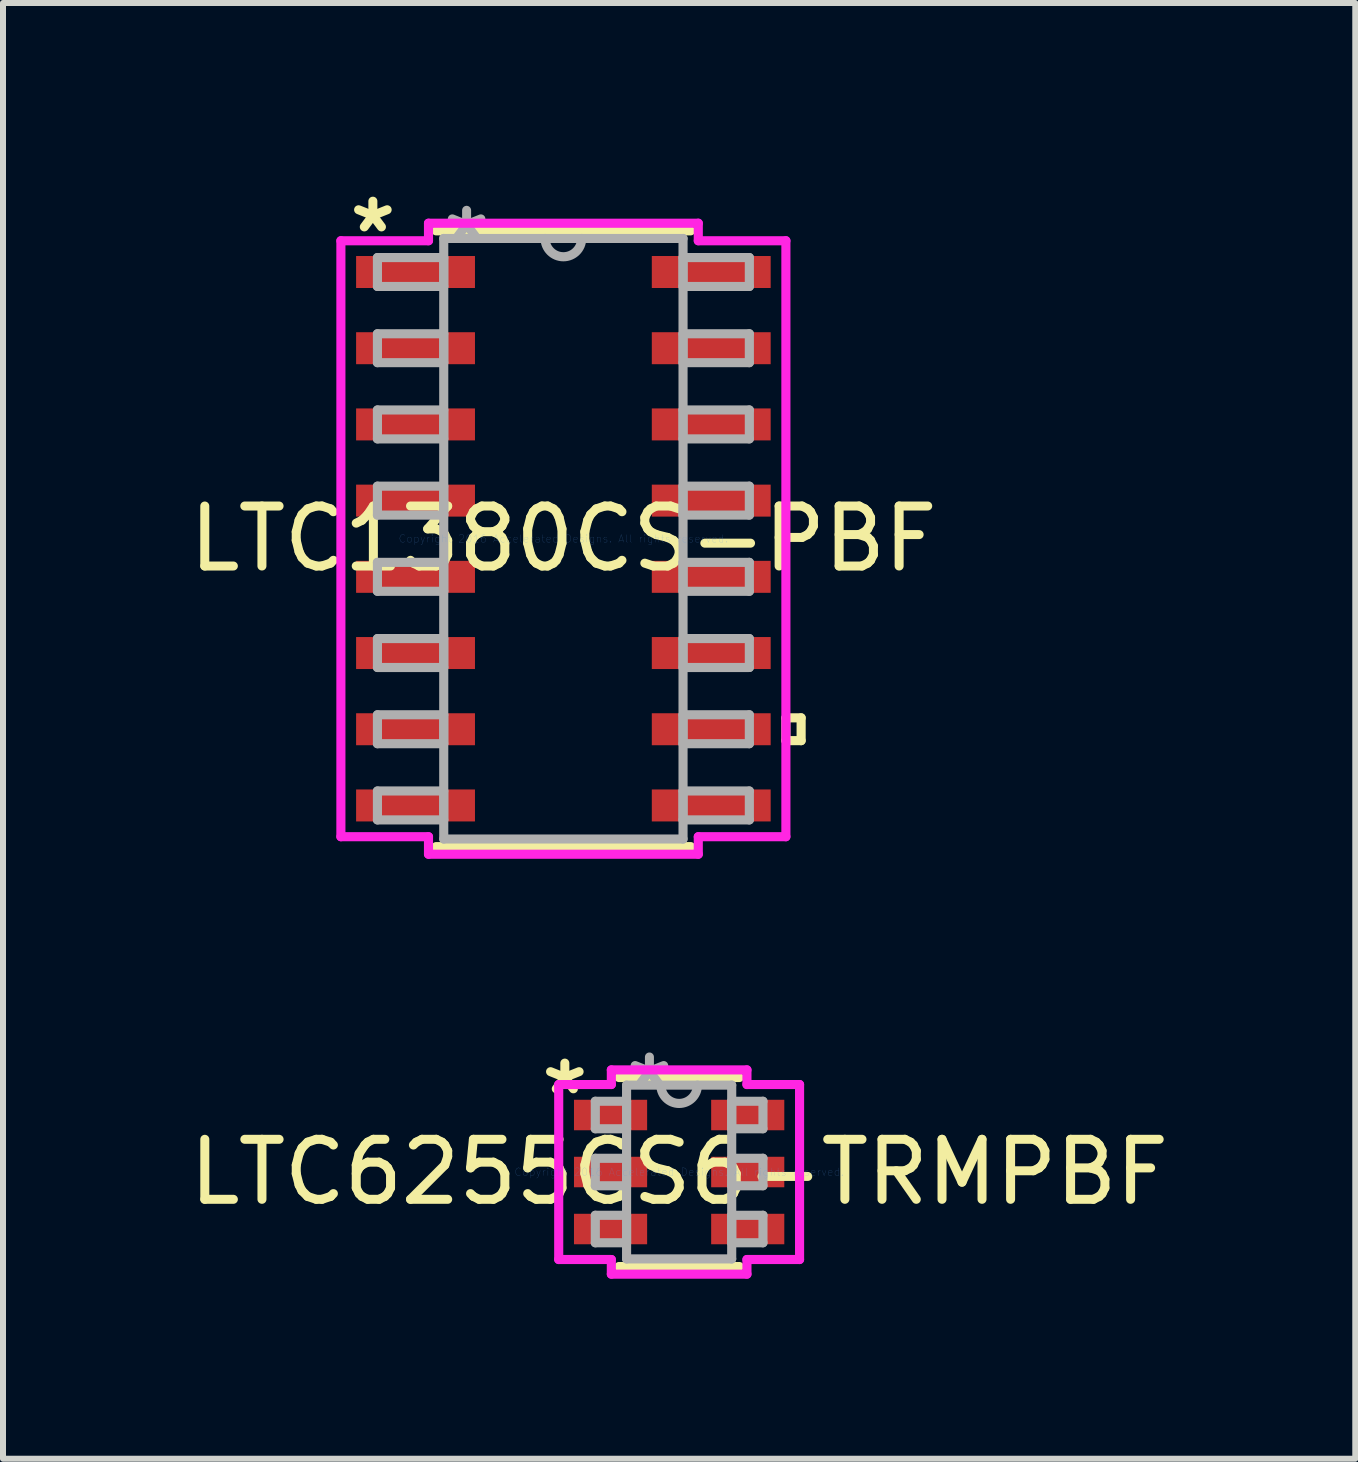
<source format=kicad_pcb>
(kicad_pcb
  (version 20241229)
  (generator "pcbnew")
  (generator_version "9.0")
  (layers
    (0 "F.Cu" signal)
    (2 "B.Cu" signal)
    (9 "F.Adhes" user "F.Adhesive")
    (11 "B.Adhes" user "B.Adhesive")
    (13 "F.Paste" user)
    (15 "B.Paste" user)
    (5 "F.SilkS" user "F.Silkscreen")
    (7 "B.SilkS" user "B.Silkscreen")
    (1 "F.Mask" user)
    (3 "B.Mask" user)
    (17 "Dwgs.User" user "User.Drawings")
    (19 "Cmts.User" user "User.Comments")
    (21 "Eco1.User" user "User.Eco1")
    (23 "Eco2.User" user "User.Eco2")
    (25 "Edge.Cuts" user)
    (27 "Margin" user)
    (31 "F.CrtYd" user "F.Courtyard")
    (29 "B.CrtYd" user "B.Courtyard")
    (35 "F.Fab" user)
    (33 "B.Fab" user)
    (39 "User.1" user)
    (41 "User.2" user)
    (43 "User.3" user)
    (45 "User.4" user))
  (footprint "LTC6255CS6-TRMPBF"
    (layer "F.Cu")
    (at 8.268 16.482)
    (property "Reference" "LTC6255CS6-TRMPBF" (at 0 0 0) (layer "F.SilkS") (effects (font (size 1 1) (thickness 0.15))))
    (attr through_hole)
    (fp_line (start -1.003 1.575) (end 1.003 1.575) (stroke (width 0.152) (type solid)) (layer "F.SilkS"))
    (fp_line (start 1.003 -1.575) (end -1.003 -1.575) (stroke (width 0.152) (type solid)) (layer "F.SilkS"))
    (fp_line (start -2.007 -1.458) (end -1.13 -1.458) (stroke (width 0.152) (type solid)) (layer "F.CrtYd"))
    (fp_line (start -2.007 1.458) (end -2.007 -1.458) (stroke (width 0.152) (type solid)) (layer "F.CrtYd"))
    (fp_line (start -1.13 -1.702) (end 1.13 -1.702) (stroke (width 0.152) (type solid)) (layer "F.CrtYd"))
    (fp_line (start -1.13 -1.458) (end -1.13 -1.702) (stroke (width 0.152) (type solid)) (layer "F.CrtYd"))
    (fp_line (start -1.13 1.458) (end -2.007 1.458) (stroke (width 0.152) (type solid)) (layer "F.CrtYd"))
    (fp_line (start -1.13 1.702) (end -1.13 1.458) (stroke (width 0.152) (type solid)) (layer "F.CrtYd"))
    (fp_line (start 1.13 -1.702) (end 1.13 -1.458) (stroke (width 0.152) (type solid)) (layer "F.CrtYd"))
    (fp_line (start 1.13 -1.458) (end 2.007 -1.458) (stroke (width 0.152) (type solid)) (layer "F.CrtYd"))
    (fp_line (start 1.13 1.458) (end 1.13 1.702) (stroke (width 0.152) (type solid)) (layer "F.CrtYd"))
    (fp_line (start 1.13 1.702) (end -1.13 1.702) (stroke (width 0.152) (type solid)) (layer "F.CrtYd"))
    (fp_line (start 2.007 -1.458) (end 2.007 1.458) (stroke (width 0.152) (type solid)) (layer "F.CrtYd"))
    (fp_line (start 2.007 1.458) (end 1.13 1.458) (stroke (width 0.152) (type solid)) (layer "F.CrtYd"))
    (fp_line (start -1.397 -1.179) (end -1.397 -0.721) (stroke (width 0.152) (type solid)) (layer "F.Fab"))
    (fp_line (start -1.397 -0.721) (end -0.876 -0.721) (stroke (width 0.152) (type solid)) (layer "F.Fab"))
    (fp_line (start -1.397 -0.229) (end -1.397 0.229) (stroke (width 0.152) (type solid)) (layer "F.Fab"))
    (fp_line (start -1.397 0.229) (end -0.876 0.229) (stroke (width 0.152) (type solid)) (layer "F.Fab"))
    (fp_line (start -1.397 0.721) (end -1.397 1.179) (stroke (width 0.152) (type solid)) (layer "F.Fab"))
    (fp_line (start -1.397 1.179) (end -0.876 1.179) (stroke (width 0.152) (type solid)) (layer "F.Fab"))
    (fp_line (start -0.876 -1.448) (end -0.876 1.448) (stroke (width 0.152) (type solid)) (layer "F.Fab"))
    (fp_line (start -0.876 -1.179) (end -1.397 -1.179) (stroke (width 0.152) (type solid)) (layer "F.Fab"))
    (fp_line (start -0.876 -0.721) (end -0.876 -1.179) (stroke (width 0.152) (type solid)) (layer "F.Fab"))
    (fp_line (start -0.876 -0.229) (end -1.397 -0.229) (stroke (width 0.152) (type solid)) (layer "F.Fab"))
    (fp_line (start -0.876 0.229) (end -0.876 -0.229) (stroke (width 0.152) (type solid)) (layer "F.Fab"))
    (fp_line (start -0.876 0.721) (end -1.397 0.721) (stroke (width 0.152) (type solid)) (layer "F.Fab"))
    (fp_line (start -0.876 1.179) (end -0.876 0.721) (stroke (width 0.152) (type solid)) (layer "F.Fab"))
    (fp_line (start -0.876 1.448) (end 0.876 1.448) (stroke (width 0.152) (type solid)) (layer "F.Fab"))
    (fp_line (start 0.876 -1.448) (end -0.876 -1.448) (stroke (width 0.152) (type solid)) (layer "F.Fab"))
    (fp_line (start 0.876 -1.179) (end 0.876 -0.721) (stroke (width 0.152) (type solid)) (layer "F.Fab"))
    (fp_line (start 0.876 -0.721) (end 1.397 -0.721) (stroke (width 0.152) (type solid)) (layer "F.Fab"))
    (fp_line (start 0.876 -0.229) (end 0.876 0.229) (stroke (width 0.152) (type solid)) (layer "F.Fab"))
    (fp_line (start 0.876 0.229) (end 1.397 0.229) (stroke (width 0.152) (type solid)) (layer "F.Fab"))
    (fp_line (start 0.876 0.721) (end 0.876 1.179) (stroke (width 0.152) (type solid)) (layer "F.Fab"))
    (fp_line (start 0.876 1.179) (end 1.397 1.179) (stroke (width 0.152) (type solid)) (layer "F.Fab"))
    (fp_line (start 0.876 1.448) (end 0.876 -1.448) (stroke (width 0.152) (type solid)) (layer "F.Fab"))
    (fp_line (start 1.397 -1.179) (end 0.876 -1.179) (stroke (width 0.152) (type solid)) (layer "F.Fab"))
    (fp_line (start 1.397 -0.721) (end 1.397 -1.179) (stroke (width 0.152) (type solid)) (layer "F.Fab"))
    (fp_line (start 1.397 -0.229) (end 0.876 -0.229) (stroke (width 0.152) (type solid)) (layer "F.Fab"))
    (fp_line (start 1.397 0.229) (end 1.397 -0.229) (stroke (width 0.152) (type solid)) (layer "F.Fab"))
    (fp_line (start 1.397 0.721) (end 0.876 0.721) (stroke (width 0.152) (type solid)) (layer "F.Fab"))
    (fp_line (start 1.397 1.179) (end 1.397 0.721) (stroke (width 0.152) (type solid)) (layer "F.Fab"))
    (fp_arc (start 0.3048 -1.4478) (mid 0 -1.143) (end -0.3048 -1.4478) (stroke (width 0.1524) (type solid)) (layer "F.Fab"))
    (fp_text user "*" (at -1.905 -1.27 0) (layer "F.SilkS") (effects (font (size 1 1) (thickness 0.15))))
    (fp_text user "Copyright 2016 Accelerated Designs. All rights reserved." (at 0 0 0) (layer "Cmts.User") (effects (font (size 0.127 0.127) (thickness 0.002))))
    (fp_text user "*" (at -0.495 -1.372 0) (layer "F.Fab") (effects (font (size 1 1) (thickness 0.15))))
    (pad "1" smd rect (at -1.143 -0.95) (size 1.219 0.508) (layers "F.Cu" "F.Mask" "F.Paste"))
    (pad "2" smd rect (at -1.143 0) (size 1.219 0.508) (layers "F.Cu" "F.Mask" "F.Paste"))
    (pad "3" smd rect (at -1.143 0.95) (size 1.219 0.508) (layers "F.Cu" "F.Mask" "F.Paste"))
    (pad "4" smd rect (at 1.143 0.95) (size 1.219 0.508) (layers "F.Cu" "F.Mask" "F.Paste"))
    (pad "5" smd rect (at 1.143 0) (size 1.219 0.508) (layers "F.Cu" "F.Mask" "F.Paste"))
    (pad "6" smd rect (at 1.143 -0.95) (size 1.219 0.508) (layers "F.Cu" "F.Mask" "F.Paste")))
  (footprint "LTC1380CS-PBF"
    (layer "F.Cu")
    (at 6.339 5.928)
    (property "Reference" "LTC1380CS-PBF" (at 0 0 0) (layer "F.SilkS") (effects (font (size 1 1) (thickness 0.15))))
    (attr through_hole)
    (fp_line (start -2.121 5.131) (end 2.121 5.131) (stroke (width 0.152) (type solid)) (layer "F.SilkS"))
    (fp_line (start 2.121 -5.131) (end -2.121 -5.131) (stroke (width 0.152) (type solid)) (layer "F.SilkS"))
    (fp_line (start 3.708 2.985) (end 3.962 2.985) (stroke (width 0.152) (type solid)) (layer "F.SilkS"))
    (fp_line (start 3.708 3.365) (end 3.708 2.985) (stroke (width 0.152) (type solid)) (layer "F.SilkS"))
    (fp_line (start 3.962 2.985) (end 3.962 3.365) (stroke (width 0.152) (type solid)) (layer "F.SilkS"))
    (fp_line (start 3.962 3.365) (end 3.708 3.365) (stroke (width 0.152) (type solid)) (layer "F.SilkS"))
    (fp_line (start -3.708 -4.966) (end -2.248 -4.966) (stroke (width 0.152) (type solid)) (layer "F.CrtYd"))
    (fp_line (start -3.708 4.966) (end -3.708 -4.966) (stroke (width 0.152) (type solid)) (layer "F.CrtYd"))
    (fp_line (start -2.248 -5.258) (end 2.248 -5.258) (stroke (width 0.152) (type solid)) (layer "F.CrtYd"))
    (fp_line (start -2.248 -4.966) (end -2.248 -5.258) (stroke (width 0.152) (type solid)) (layer "F.CrtYd"))
    (fp_line (start -2.248 4.966) (end -3.708 4.966) (stroke (width 0.152) (type solid)) (layer "F.CrtYd"))
    (fp_line (start -2.248 5.258) (end -2.248 4.966) (stroke (width 0.152) (type solid)) (layer "F.CrtYd"))
    (fp_line (start 2.248 -5.258) (end 2.248 -4.966) (stroke (width 0.152) (type solid)) (layer "F.CrtYd"))
    (fp_line (start 2.248 -4.966) (end 3.708 -4.966) (stroke (width 0.152) (type solid)) (layer "F.CrtYd"))
    (fp_line (start 2.248 4.966) (end 2.248 5.258) (stroke (width 0.152) (type solid)) (layer "F.CrtYd"))
    (fp_line (start 2.248 5.258) (end -2.248 5.258) (stroke (width 0.152) (type solid)) (layer "F.CrtYd"))
    (fp_line (start 3.708 -4.966) (end 3.708 4.966) (stroke (width 0.152) (type solid)) (layer "F.CrtYd"))
    (fp_line (start 3.708 4.966) (end 2.248 4.966) (stroke (width 0.152) (type solid)) (layer "F.CrtYd"))
    (fp_line (start -3.099 -4.686) (end -3.099 -4.204) (stroke (width 0.152) (type solid)) (layer "F.Fab"))
    (fp_line (start -3.099 -4.204) (end -1.994 -4.204) (stroke (width 0.152) (type solid)) (layer "F.Fab"))
    (fp_line (start -3.099 -3.416) (end -3.099 -2.934) (stroke (width 0.152) (type solid)) (layer "F.Fab"))
    (fp_line (start -3.099 -2.934) (end -1.994 -2.934) (stroke (width 0.152) (type solid)) (layer "F.Fab"))
    (fp_line (start -3.099 -2.146) (end -3.099 -1.664) (stroke (width 0.152) (type solid)) (layer "F.Fab"))
    (fp_line (start -3.099 -1.664) (end -1.994 -1.664) (stroke (width 0.152) (type solid)) (layer "F.Fab"))
    (fp_line (start -3.099 -0.876) (end -3.099 -0.394) (stroke (width 0.152) (type solid)) (layer "F.Fab"))
    (fp_line (start -3.099 -0.394) (end -1.994 -0.394) (stroke (width 0.152) (type solid)) (layer "F.Fab"))
    (fp_line (start -3.099 0.394) (end -3.099 0.876) (stroke (width 0.152) (type solid)) (layer "F.Fab"))
    (fp_line (start -3.099 0.876) (end -1.994 0.876) (stroke (width 0.152) (type solid)) (layer "F.Fab"))
    (fp_line (start -3.099 1.664) (end -3.099 2.146) (stroke (width 0.152) (type solid)) (layer "F.Fab"))
    (fp_line (start -3.099 2.146) (end -1.994 2.146) (stroke (width 0.152) (type solid)) (layer "F.Fab"))
    (fp_line (start -3.099 2.934) (end -3.099 3.416) (stroke (width 0.152) (type solid)) (layer "F.Fab"))
    (fp_line (start -3.099 3.416) (end -1.994 3.416) (stroke (width 0.152) (type solid)) (layer "F.Fab"))
    (fp_line (start -3.099 4.204) (end -3.099 4.686) (stroke (width 0.152) (type solid)) (layer "F.Fab"))
    (fp_line (start -3.099 4.686) (end -1.994 4.686) (stroke (width 0.152) (type solid)) (layer "F.Fab"))
    (fp_line (start -1.994 -5.004) (end -1.994 5.004) (stroke (width 0.152) (type solid)) (layer "F.Fab"))
    (fp_line (start -1.994 -4.686) (end -3.099 -4.686) (stroke (width 0.152) (type solid)) (layer "F.Fab"))
    (fp_line (start -1.994 -4.204) (end -1.994 -4.686) (stroke (width 0.152) (type solid)) (layer "F.Fab"))
    (fp_line (start -1.994 -3.416) (end -3.099 -3.416) (stroke (width 0.152) (type solid)) (layer "F.Fab"))
    (fp_line (start -1.994 -2.934) (end -1.994 -3.416) (stroke (width 0.152) (type solid)) (layer "F.Fab"))
    (fp_line (start -1.994 -2.146) (end -3.099 -2.146) (stroke (width 0.152) (type solid)) (layer "F.Fab"))
    (fp_line (start -1.994 -1.664) (end -1.994 -2.146) (stroke (width 0.152) (type solid)) (layer "F.Fab"))
    (fp_line (start -1.994 -0.876) (end -3.099 -0.876) (stroke (width 0.152) (type solid)) (layer "F.Fab"))
    (fp_line (start -1.994 -0.394) (end -1.994 -0.876) (stroke (width 0.152) (type solid)) (layer "F.Fab"))
    (fp_line (start -1.994 0.394) (end -3.099 0.394) (stroke (width 0.152) (type solid)) (layer "F.Fab"))
    (fp_line (start -1.994 0.876) (end -1.994 0.394) (stroke (width 0.152) (type solid)) (layer "F.Fab"))
    (fp_line (start -1.994 1.664) (end -3.099 1.664) (stroke (width 0.152) (type solid)) (layer "F.Fab"))
    (fp_line (start -1.994 2.146) (end -1.994 1.664) (stroke (width 0.152) (type solid)) (layer "F.Fab"))
    (fp_line (start -1.994 2.934) (end -3.099 2.934) (stroke (width 0.152) (type solid)) (layer "F.Fab"))
    (fp_line (start -1.994 3.416) (end -1.994 2.934) (stroke (width 0.152) (type solid)) (layer "F.Fab"))
    (fp_line (start -1.994 4.204) (end -3.099 4.204) (stroke (width 0.152) (type solid)) (layer "F.Fab"))
    (fp_line (start -1.994 4.686) (end -1.994 4.204) (stroke (width 0.152) (type solid)) (layer "F.Fab"))
    (fp_line (start -1.994 5.004) (end 1.994 5.004) (stroke (width 0.152) (type solid)) (layer "F.Fab"))
    (fp_line (start 1.994 -5.004) (end -1.994 -5.004) (stroke (width 0.152) (type solid)) (layer "F.Fab"))
    (fp_line (start 1.994 -4.686) (end 1.994 -4.204) (stroke (width 0.152) (type solid)) (layer "F.Fab"))
    (fp_line (start 1.994 -4.204) (end 3.099 -4.204) (stroke (width 0.152) (type solid)) (layer "F.Fab"))
    (fp_line (start 1.994 -3.416) (end 1.994 -2.934) (stroke (width 0.152) (type solid)) (layer "F.Fab"))
    (fp_line (start 1.994 -2.934) (end 3.099 -2.934) (stroke (width 0.152) (type solid)) (layer "F.Fab"))
    (fp_line (start 1.994 -2.146) (end 1.994 -1.664) (stroke (width 0.152) (type solid)) (layer "F.Fab"))
    (fp_line (start 1.994 -1.664) (end 3.099 -1.664) (stroke (width 0.152) (type solid)) (layer "F.Fab"))
    (fp_line (start 1.994 -0.876) (end 1.994 -0.394) (stroke (width 0.152) (type solid)) (layer "F.Fab"))
    (fp_line (start 1.994 -0.394) (end 3.099 -0.394) (stroke (width 0.152) (type solid)) (layer "F.Fab"))
    (fp_line (start 1.994 0.394) (end 1.994 0.876) (stroke (width 0.152) (type solid)) (layer "F.Fab"))
    (fp_line (start 1.994 0.876) (end 3.099 0.876) (stroke (width 0.152) (type solid)) (layer "F.Fab"))
    (fp_line (start 1.994 1.664) (end 1.994 2.146) (stroke (width 0.152) (type solid)) (layer "F.Fab"))
    (fp_line (start 1.994 2.146) (end 3.099 2.146) (stroke (width 0.152) (type solid)) (layer "F.Fab"))
    (fp_line (start 1.994 2.934) (end 1.994 3.416) (stroke (width 0.152) (type solid)) (layer "F.Fab"))
    (fp_line (start 1.994 3.416) (end 3.099 3.416) (stroke (width 0.152) (type solid)) (layer "F.Fab"))
    (fp_line (start 1.994 4.204) (end 1.994 4.686) (stroke (width 0.152) (type solid)) (layer "F.Fab"))
    (fp_line (start 1.994 4.686) (end 3.099 4.686) (stroke (width 0.152) (type solid)) (layer "F.Fab"))
    (fp_line (start 1.994 5.004) (end 1.994 -5.004) (stroke (width 0.152) (type solid)) (layer "F.Fab"))
    (fp_line (start 3.099 -4.686) (end 1.994 -4.686) (stroke (width 0.152) (type solid)) (layer "F.Fab"))
    (fp_line (start 3.099 -4.204) (end 3.099 -4.686) (stroke (width 0.152) (type solid)) (layer "F.Fab"))
    (fp_line (start 3.099 -3.416) (end 1.994 -3.416) (stroke (width 0.152) (type solid)) (layer "F.Fab"))
    (fp_line (start 3.099 -2.934) (end 3.099 -3.416) (stroke (width 0.152) (type solid)) (layer "F.Fab"))
    (fp_line (start 3.099 -2.146) (end 1.994 -2.146) (stroke (width 0.152) (type solid)) (layer "F.Fab"))
    (fp_line (start 3.099 -1.664) (end 3.099 -2.146) (stroke (width 0.152) (type solid)) (layer "F.Fab"))
    (fp_line (start 3.099 -0.876) (end 1.994 -0.876) (stroke (width 0.152) (type solid)) (layer "F.Fab"))
    (fp_line (start 3.099 -0.394) (end 3.099 -0.876) (stroke (width 0.152) (type solid)) (layer "F.Fab"))
    (fp_line (start 3.099 0.394) (end 1.994 0.394) (stroke (width 0.152) (type solid)) (layer "F.Fab"))
    (fp_line (start 3.099 0.876) (end 3.099 0.394) (stroke (width 0.152) (type solid)) (layer "F.Fab"))
    (fp_line (start 3.099 1.664) (end 1.994 1.664) (stroke (width 0.152) (type solid)) (layer "F.Fab"))
    (fp_line (start 3.099 2.146) (end 3.099 1.664) (stroke (width 0.152) (type solid)) (layer "F.Fab"))
    (fp_line (start 3.099 2.934) (end 1.994 2.934) (stroke (width 0.152) (type solid)) (layer "F.Fab"))
    (fp_line (start 3.099 3.416) (end 3.099 2.934) (stroke (width 0.152) (type solid)) (layer "F.Fab"))
    (fp_line (start 3.099 4.204) (end 1.994 4.204) (stroke (width 0.152) (type solid)) (layer "F.Fab"))
    (fp_line (start 3.099 4.686) (end 3.099 4.204) (stroke (width 0.152) (type solid)) (layer "F.Fab"))
    (fp_arc (start 0.3048 -5.0038) (mid 0 -4.699) (end -0.3048 -5.0038) (stroke (width 0.1524) (type solid)) (layer "F.Fab"))
    (fp_text user "*" (at -3.175 -5.08 0) (layer "F.SilkS") (effects (font (size 1 1) (thickness 0.15))))
    (fp_text user "Copyright 2016 Accelerated Designs. All rights reserved." (at 0 0 0) (layer "Cmts.User") (effects (font (size 0.127 0.127) (thickness 0.002))))
    (fp_text user "*" (at -1.613 -4.928 0) (layer "F.Fab") (effects (font (size 1 1) (thickness 0.15))))
    (pad "1" smd rect (at -2.464 -4.445) (size 1.981 0.533) (layers "F.Cu" "F.Mask" "F.Paste"))
    (pad "2" smd rect (at -2.464 -3.175) (size 1.981 0.533) (layers "F.Cu" "F.Mask" "F.Paste"))
    (pad "3" smd rect (at -2.464 -1.905) (size 1.981 0.533) (layers "F.Cu" "F.Mask" "F.Paste"))
    (pad "4" smd rect (at -2.464 -0.635) (size 1.981 0.533) (layers "F.Cu" "F.Mask" "F.Paste"))
    (pad "5" smd rect (at -2.464 0.635) (size 1.981 0.533) (layers "F.Cu" "F.Mask" "F.Paste"))
    (pad "6" smd rect (at -2.464 1.905) (size 1.981 0.533) (layers "F.Cu" "F.Mask" "F.Paste"))
    (pad "7" smd rect (at -2.464 3.175) (size 1.981 0.533) (layers "F.Cu" "F.Mask" "F.Paste"))
    (pad "8" smd rect (at -2.464 4.445) (size 1.981 0.533) (layers "F.Cu" "F.Mask" "F.Paste"))
    (pad "9" smd rect (at 2.464 4.445) (size 1.981 0.533) (layers "F.Cu" "F.Mask" "F.Paste"))
    (pad "10" smd rect (at 2.464 3.175) (size 1.981 0.533) (layers "F.Cu" "F.Mask" "F.Paste"))
    (pad "11" smd rect (at 2.464 1.905) (size 1.981 0.533) (layers "F.Cu" "F.Mask" "F.Paste"))
    (pad "12" smd rect (at 2.464 0.635) (size 1.981 0.533) (layers "F.Cu" "F.Mask" "F.Paste"))
    (pad "13" smd rect (at 2.464 -0.635) (size 1.981 0.533) (layers "F.Cu" "F.Mask" "F.Paste"))
    (pad "14" smd rect (at 2.464 -1.905) (size 1.981 0.533) (layers "F.Cu" "F.Mask" "F.Paste"))
    (pad "15" smd rect (at 2.464 -3.175) (size 1.981 0.533) (layers "F.Cu" "F.Mask" "F.Paste"))
    (pad "16" smd rect (at 2.464 -4.445) (size 1.981 0.533) (layers "F.Cu" "F.Mask" "F.Paste")))
  (gr_rect
    (start -3 -3)
    (end 19.536 21.26)
    (stroke (width 0.1) (type default))
    (fill no)
    (layer "Edge.Cuts")))
</source>
